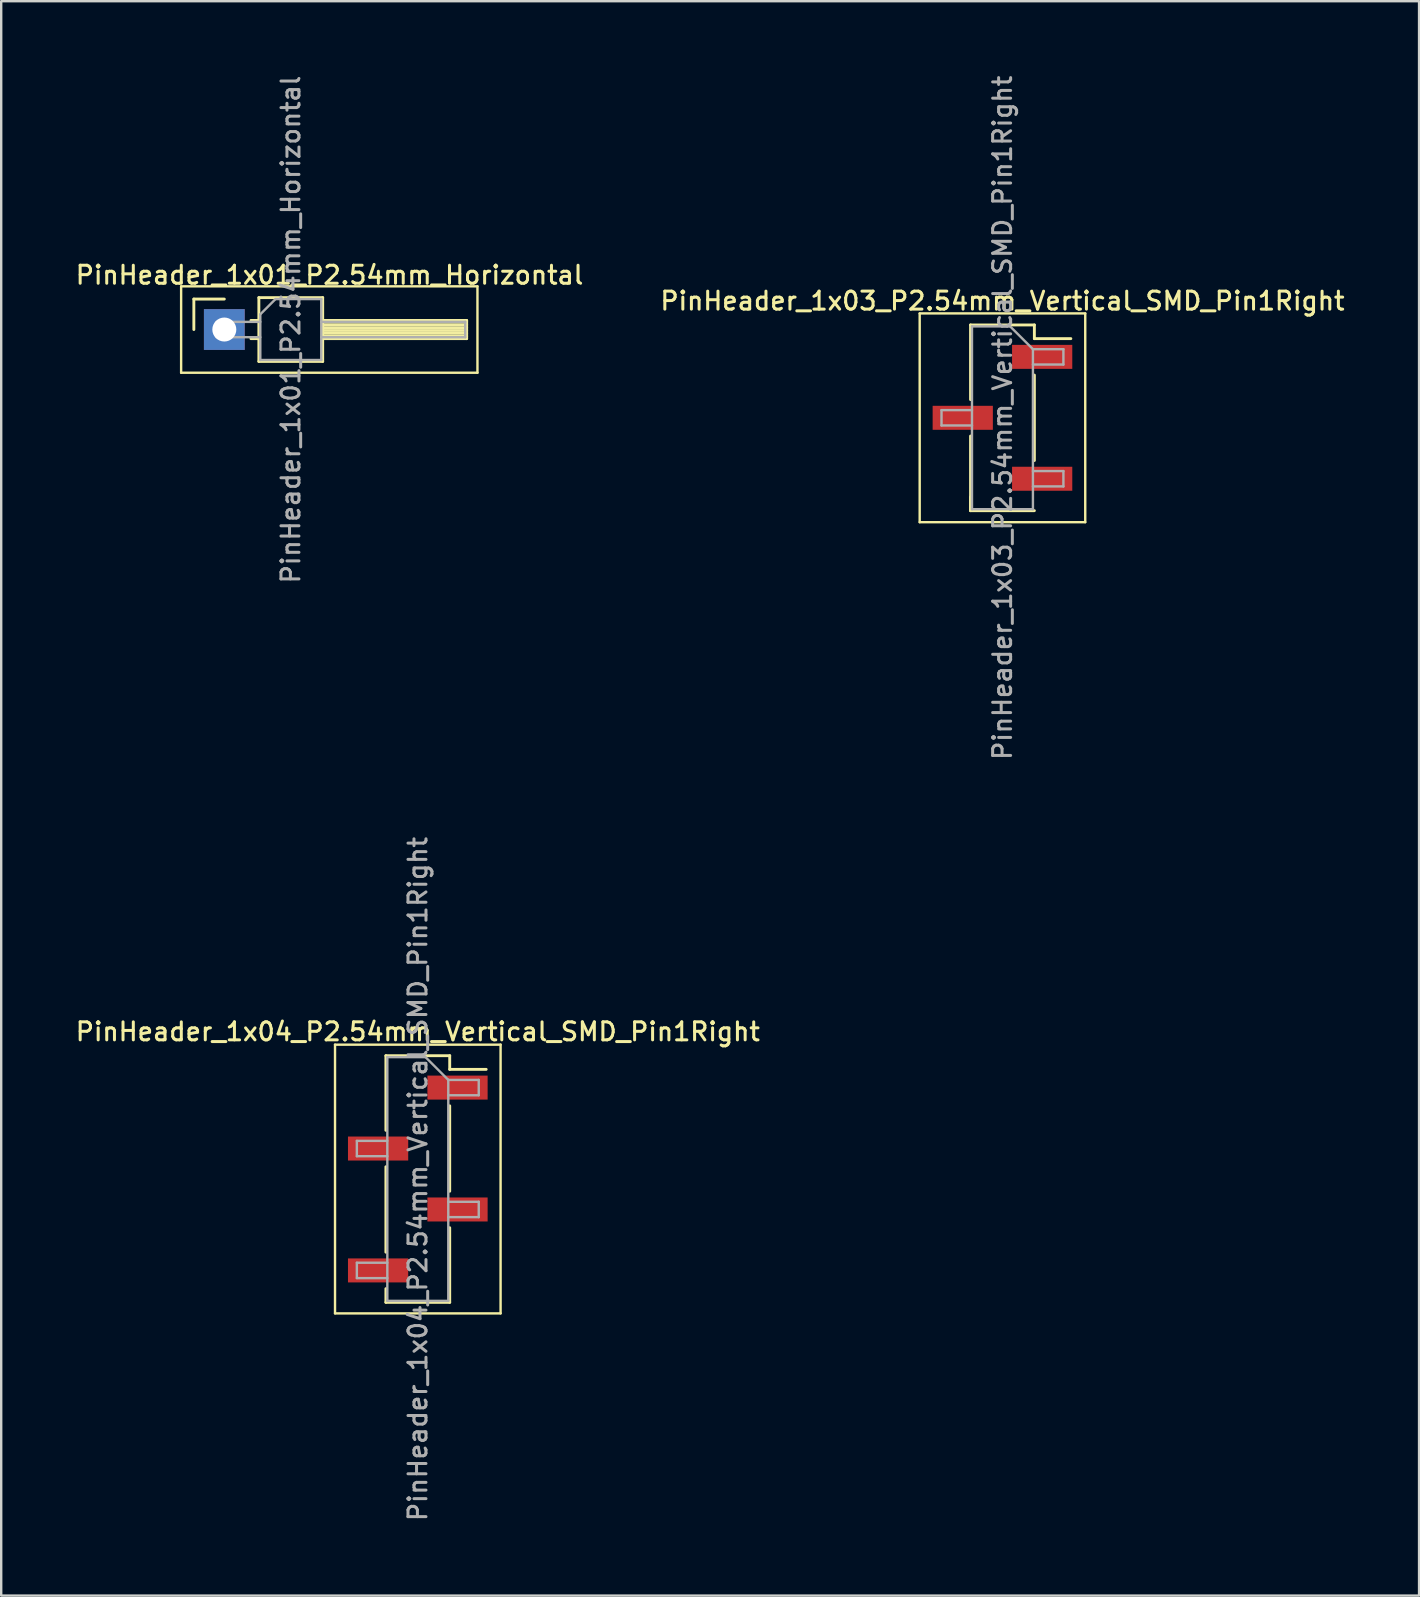
<source format=kicad_pcb>
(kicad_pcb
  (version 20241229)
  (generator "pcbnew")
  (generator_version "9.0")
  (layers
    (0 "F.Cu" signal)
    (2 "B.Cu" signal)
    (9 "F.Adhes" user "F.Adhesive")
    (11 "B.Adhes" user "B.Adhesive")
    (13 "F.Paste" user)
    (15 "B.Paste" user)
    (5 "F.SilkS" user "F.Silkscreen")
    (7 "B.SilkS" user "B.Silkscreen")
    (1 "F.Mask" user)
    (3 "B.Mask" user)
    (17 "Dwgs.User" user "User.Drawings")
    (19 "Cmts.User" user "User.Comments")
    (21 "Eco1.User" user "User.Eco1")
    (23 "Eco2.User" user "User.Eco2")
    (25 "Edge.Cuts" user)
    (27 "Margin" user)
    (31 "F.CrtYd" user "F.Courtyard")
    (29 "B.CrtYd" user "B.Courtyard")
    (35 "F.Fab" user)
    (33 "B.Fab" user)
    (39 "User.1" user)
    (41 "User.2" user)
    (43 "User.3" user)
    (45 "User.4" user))
  (footprint "PinHeader_1x04_P2.54mm_Vertical_SMD_Pin1Right"
    (layer "F.Cu")
    (at 14.363 46.088)
    (property "Reference" "PinHeader_1x04_P2.54mm_Vertical_SMD_Pin1Right" (at 0 -6.14 0) (layer "F.SilkS") (effects (font (size 0.75 0.75) (thickness 0.125))))
    (attr smd)
    (fp_line (start -3.45 -5.6) (end -3.45 5.6) (stroke (width 0.1) (type solid)) (layer "F.SilkS"))
    (fp_line (start -3.45 5.6) (end 3.45 5.6) (stroke (width 0.1) (type solid)) (layer "F.SilkS"))
    (fp_line (start -1.33 -5.14) (end -1.33 -2.03) (stroke (width 0.12) (type solid)) (layer "F.SilkS"))
    (fp_line (start -1.33 -5.14) (end 1.33 -5.14) (stroke (width 0.12) (type solid)) (layer "F.SilkS"))
    (fp_line (start -1.33 -0.51) (end -1.33 3.05) (stroke (width 0.12) (type solid)) (layer "F.SilkS"))
    (fp_line (start -1.33 4.57) (end -1.33 5.14) (stroke (width 0.12) (type solid)) (layer "F.SilkS"))
    (fp_line (start -1.33 5.14) (end 1.33 5.14) (stroke (width 0.12) (type solid)) (layer "F.SilkS"))
    (fp_line (start 1.33 -5.14) (end 1.33 -4.57) (stroke (width 0.12) (type solid)) (layer "F.SilkS"))
    (fp_line (start 1.33 -4.57) (end 2.85 -4.57) (stroke (width 0.12) (type solid)) (layer "F.SilkS"))
    (fp_line (start 1.33 -3.05) (end 1.33 0.51) (stroke (width 0.12) (type solid)) (layer "F.SilkS"))
    (fp_line (start 1.33 2.03) (end 1.33 5.14) (stroke (width 0.12) (type solid)) (layer "F.SilkS"))
    (fp_line (start 3.45 -5.6) (end -3.45 -5.6) (stroke (width 0.1) (type solid)) (layer "F.SilkS"))
    (fp_line (start 3.45 5.6) (end 3.45 -5.6) (stroke (width 0.1) (type solid)) (layer "F.SilkS"))
    (fp_line (start -2.54 -1.59) (end -2.54 -0.95) (stroke (width 0.1) (type solid)) (layer "F.Fab"))
    (fp_line (start -2.54 -0.95) (end -1.27 -0.95) (stroke (width 0.1) (type solid)) (layer "F.Fab"))
    (fp_line (start -2.54 3.49) (end -2.54 4.13) (stroke (width 0.1) (type solid)) (layer "F.Fab"))
    (fp_line (start -2.54 4.13) (end -1.27 4.13) (stroke (width 0.1) (type solid)) (layer "F.Fab"))
    (fp_line (start -1.27 -5.08) (end -1.27 5.08) (stroke (width 0.1) (type solid)) (layer "F.Fab"))
    (fp_line (start -1.27 -5.08) (end 0.32 -5.08) (stroke (width 0.1) (type solid)) (layer "F.Fab"))
    (fp_line (start -1.27 -1.59) (end -2.54 -1.59) (stroke (width 0.1) (type solid)) (layer "F.Fab"))
    (fp_line (start -1.27 3.49) (end -2.54 3.49) (stroke (width 0.1) (type solid)) (layer "F.Fab"))
    (fp_line (start 1.27 -4.13) (end 0.32 -5.08) (stroke (width 0.1) (type solid)) (layer "F.Fab"))
    (fp_line (start 1.27 -4.13) (end 2.54 -4.13) (stroke (width 0.1) (type solid)) (layer "F.Fab"))
    (fp_line (start 1.27 0.95) (end 2.54 0.95) (stroke (width 0.1) (type solid)) (layer "F.Fab"))
    (fp_line (start 1.27 5.08) (end -1.27 5.08) (stroke (width 0.1) (type solid)) (layer "F.Fab"))
    (fp_line (start 1.27 5.08) (end 1.27 -4.13) (stroke (width 0.1) (type solid)) (layer "F.Fab"))
    (fp_line (start 2.54 -4.13) (end 2.54 -3.49) (stroke (width 0.1) (type solid)) (layer "F.Fab"))
    (fp_line (start 2.54 -3.49) (end 1.27 -3.49) (stroke (width 0.1) (type solid)) (layer "F.Fab"))
    (fp_line (start 2.54 0.95) (end 2.54 1.59) (stroke (width 0.1) (type solid)) (layer "F.Fab"))
    (fp_line (start 2.54 1.59) (end 1.27 1.59) (stroke (width 0.1) (type solid)) (layer "F.Fab"))
    (fp_text user "${REFERENCE}" (at 0 0 90) (layer "F.Fab") (effects (font (size 0.75 0.75) (thickness 0.125))))
    (pad "1" smd rect (at 1.655 -3.81) (size 2.51 1) (layers "F.Cu" "F.Mask" "F.Paste"))
    (pad "2" smd rect (at -1.655 -1.27) (size 2.51 1) (layers "F.Cu" "F.Mask" "F.Paste"))
    (pad "3" smd rect (at 1.655 1.27) (size 2.51 1) (layers "F.Cu" "F.Mask" "F.Paste"))
    (pad "4" smd rect (at -1.655 3.81) (size 2.51 1) (layers "F.Cu" "F.Mask" "F.Paste")))
  (footprint "PinHeader_1x01_P2.54mm_Horizontal"
    (layer "F.Cu")
    (at 6.299 10.684)
    (property "Reference" "PinHeader_1x01_P2.54mm_Horizontal" (at 4.385 -2.27 0) (layer "F.SilkS") (effects (font (size 0.75 0.75) (thickness 0.125))))
    (attr through_hole)
    (fp_line (start -1.8 -1.8) (end -1.8 1.8) (stroke (width 0.1) (type solid)) (layer "F.SilkS"))
    (fp_line (start -1.8 1.8) (end 10.55 1.8) (stroke (width 0.1) (type solid)) (layer "F.SilkS"))
    (fp_line (start -1.27 -1.27) (end 0 -1.27) (stroke (width 0.12) (type solid)) (layer "F.SilkS"))
    (fp_line (start -1.27 0) (end -1.27 -1.27) (stroke (width 0.12) (type solid)) (layer "F.SilkS"))
    (fp_line (start 1.11 -0.38) (end 1.44 -0.38) (stroke (width 0.12) (type solid)) (layer "F.SilkS"))
    (fp_line (start 1.11 0.38) (end 1.44 0.38) (stroke (width 0.12) (type solid)) (layer "F.SilkS"))
    (fp_line (start 1.44 -1.33) (end 1.44 1.33) (stroke (width 0.12) (type solid)) (layer "F.SilkS"))
    (fp_line (start 1.44 1.33) (end 4.1 1.33) (stroke (width 0.12) (type solid)) (layer "F.SilkS"))
    (fp_line (start 4.1 -1.33) (end 1.44 -1.33) (stroke (width 0.12) (type solid)) (layer "F.SilkS"))
    (fp_line (start 4.1 -0.38) (end 10.1 -0.38) (stroke (width 0.12) (type solid)) (layer "F.SilkS"))
    (fp_line (start 4.1 -0.32) (end 10.1 -0.32) (stroke (width 0.12) (type solid)) (layer "F.SilkS"))
    (fp_line (start 4.1 -0.2) (end 10.1 -0.2) (stroke (width 0.12) (type solid)) (layer "F.SilkS"))
    (fp_line (start 4.1 -0.08) (end 10.1 -0.08) (stroke (width 0.12) (type solid)) (layer "F.SilkS"))
    (fp_line (start 4.1 0.04) (end 10.1 0.04) (stroke (width 0.12) (type solid)) (layer "F.SilkS"))
    (fp_line (start 4.1 0.16) (end 10.1 0.16) (stroke (width 0.12) (type solid)) (layer "F.SilkS"))
    (fp_line (start 4.1 0.28) (end 10.1 0.28) (stroke (width 0.12) (type solid)) (layer "F.SilkS"))
    (fp_line (start 4.1 1.33) (end 4.1 -1.33) (stroke (width 0.12) (type solid)) (layer "F.SilkS"))
    (fp_line (start 10.1 -0.38) (end 10.1 0.38) (stroke (width 0.12) (type solid)) (layer "F.SilkS"))
    (fp_line (start 10.1 0.38) (end 4.1 0.38) (stroke (width 0.12) (type solid)) (layer "F.SilkS"))
    (fp_line (start 10.55 -1.8) (end -1.8 -1.8) (stroke (width 0.1) (type solid)) (layer "F.SilkS"))
    (fp_line (start 10.55 1.8) (end 10.55 -1.8) (stroke (width 0.1) (type solid)) (layer "F.SilkS"))
    (fp_line (start -0.32 -0.32) (end -0.32 0.32) (stroke (width 0.1) (type solid)) (layer "F.Fab"))
    (fp_line (start -0.32 -0.32) (end 1.5 -0.32) (stroke (width 0.1) (type solid)) (layer "F.Fab"))
    (fp_line (start -0.32 0.32) (end 1.5 0.32) (stroke (width 0.1) (type solid)) (layer "F.Fab"))
    (fp_line (start 1.5 -0.635) (end 2.135 -1.27) (stroke (width 0.1) (type solid)) (layer "F.Fab"))
    (fp_line (start 1.5 1.27) (end 1.5 -0.635) (stroke (width 0.1) (type solid)) (layer "F.Fab"))
    (fp_line (start 2.135 -1.27) (end 4.04 -1.27) (stroke (width 0.1) (type solid)) (layer "F.Fab"))
    (fp_line (start 4.04 -1.27) (end 4.04 1.27) (stroke (width 0.1) (type solid)) (layer "F.Fab"))
    (fp_line (start 4.04 -0.32) (end 10.04 -0.32) (stroke (width 0.1) (type solid)) (layer "F.Fab"))
    (fp_line (start 4.04 0.32) (end 10.04 0.32) (stroke (width 0.1) (type solid)) (layer "F.Fab"))
    (fp_line (start 4.04 1.27) (end 1.5 1.27) (stroke (width 0.1) (type solid)) (layer "F.Fab"))
    (fp_line (start 10.04 -0.32) (end 10.04 0.32) (stroke (width 0.1) (type solid)) (layer "F.Fab"))
    (fp_text user "${REFERENCE}" (at 2.77 0 90) (layer "F.Fab") (effects (font (size 0.75 0.75) (thickness 0.125))))
    (pad "1" thru_hole rect (at 0 0) (size 1.7 1.7) (drill 1) (layers "*.Cu" "*.Mask")))
  (footprint "PinHeader_1x03_P2.54mm_Vertical_SMD_Pin1Right"
    (layer "F.Cu")
    (at 38.73 14.363)
    (property "Reference" "PinHeader_1x03_P2.54mm_Vertical_SMD_Pin1Right" (at 0 -4.87 0) (layer "F.SilkS") (effects (font (size 0.75 0.75) (thickness 0.125))))
    (attr smd)
    (fp_line (start -3.45 -4.35) (end -3.45 4.35) (stroke (width 0.1) (type solid)) (layer "F.SilkS"))
    (fp_line (start -3.45 4.35) (end 3.45 4.35) (stroke (width 0.1) (type solid)) (layer "F.SilkS"))
    (fp_line (start -1.33 -3.87) (end -1.33 -0.76) (stroke (width 0.12) (type solid)) (layer "F.SilkS"))
    (fp_line (start -1.33 -3.87) (end 1.33 -3.87) (stroke (width 0.12) (type solid)) (layer "F.SilkS"))
    (fp_line (start -1.33 0.76) (end -1.33 3.87) (stroke (width 0.12) (type solid)) (layer "F.SilkS"))
    (fp_line (start -1.33 3.3) (end -1.33 3.87) (stroke (width 0.12) (type solid)) (layer "F.SilkS"))
    (fp_line (start -1.33 3.87) (end 1.33 3.87) (stroke (width 0.12) (type solid)) (layer "F.SilkS"))
    (fp_line (start 1.33 -3.87) (end 1.33 -3.3) (stroke (width 0.12) (type solid)) (layer "F.SilkS"))
    (fp_line (start 1.33 -3.3) (end 2.85 -3.3) (stroke (width 0.12) (type solid)) (layer "F.SilkS"))
    (fp_line (start 1.33 -1.78) (end 1.33 1.78) (stroke (width 0.12) (type solid)) (layer "F.SilkS"))
    (fp_line (start 3.45 -4.35) (end -3.45 -4.35) (stroke (width 0.1) (type solid)) (layer "F.SilkS"))
    (fp_line (start 3.45 4.35) (end 3.45 -4.35) (stroke (width 0.1) (type solid)) (layer "F.SilkS"))
    (fp_line (start -2.54 -0.32) (end -2.54 0.32) (stroke (width 0.1) (type solid)) (layer "F.Fab"))
    (fp_line (start -2.54 0.32) (end -1.27 0.32) (stroke (width 0.1) (type solid)) (layer "F.Fab"))
    (fp_line (start -1.27 -3.81) (end -1.27 3.81) (stroke (width 0.1) (type solid)) (layer "F.Fab"))
    (fp_line (start -1.27 -3.81) (end 0.32 -3.81) (stroke (width 0.1) (type solid)) (layer "F.Fab"))
    (fp_line (start -1.27 -0.32) (end -2.54 -0.32) (stroke (width 0.1) (type solid)) (layer "F.Fab"))
    (fp_line (start 1.27 -2.86) (end 0.32 -3.81) (stroke (width 0.1) (type solid)) (layer "F.Fab"))
    (fp_line (start 1.27 -2.86) (end 2.54 -2.86) (stroke (width 0.1) (type solid)) (layer "F.Fab"))
    (fp_line (start 1.27 2.22) (end 2.54 2.22) (stroke (width 0.1) (type solid)) (layer "F.Fab"))
    (fp_line (start 1.27 3.81) (end -1.27 3.81) (stroke (width 0.1) (type solid)) (layer "F.Fab"))
    (fp_line (start 1.27 3.81) (end 1.27 -2.86) (stroke (width 0.1) (type solid)) (layer "F.Fab"))
    (fp_line (start 2.54 -2.86) (end 2.54 -2.22) (stroke (width 0.1) (type solid)) (layer "F.Fab"))
    (fp_line (start 2.54 -2.22) (end 1.27 -2.22) (stroke (width 0.1) (type solid)) (layer "F.Fab"))
    (fp_line (start 2.54 2.22) (end 2.54 2.86) (stroke (width 0.1) (type solid)) (layer "F.Fab"))
    (fp_line (start 2.54 2.86) (end 1.27 2.86) (stroke (width 0.1) (type solid)) (layer "F.Fab"))
    (fp_text user "${REFERENCE}" (at 0 0 90) (layer "F.Fab") (effects (font (size 0.75 0.75) (thickness 0.125))))
    (pad "1" smd rect (at 1.655 -2.54) (size 2.51 1) (layers "F.Cu" "F.Mask" "F.Paste"))
    (pad "2" smd rect (at -1.655 0) (size 2.51 1) (layers "F.Cu" "F.Mask" "F.Paste"))
    (pad "3" smd rect (at 1.655 2.54) (size 2.51 1) (layers "F.Cu" "F.Mask" "F.Paste")))
  (gr_rect
    (start -3 -3)
    (end 56.093 63.45)
    (stroke (width 0.1) (type default))
    (fill no)
    (layer "Edge.Cuts")))
</source>
